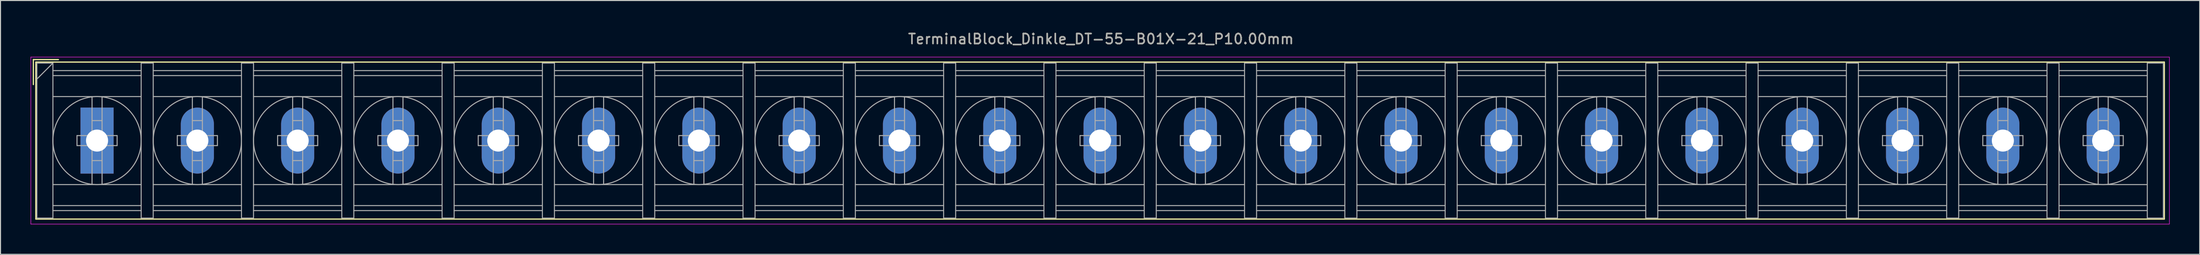
<source format=kicad_pcb>
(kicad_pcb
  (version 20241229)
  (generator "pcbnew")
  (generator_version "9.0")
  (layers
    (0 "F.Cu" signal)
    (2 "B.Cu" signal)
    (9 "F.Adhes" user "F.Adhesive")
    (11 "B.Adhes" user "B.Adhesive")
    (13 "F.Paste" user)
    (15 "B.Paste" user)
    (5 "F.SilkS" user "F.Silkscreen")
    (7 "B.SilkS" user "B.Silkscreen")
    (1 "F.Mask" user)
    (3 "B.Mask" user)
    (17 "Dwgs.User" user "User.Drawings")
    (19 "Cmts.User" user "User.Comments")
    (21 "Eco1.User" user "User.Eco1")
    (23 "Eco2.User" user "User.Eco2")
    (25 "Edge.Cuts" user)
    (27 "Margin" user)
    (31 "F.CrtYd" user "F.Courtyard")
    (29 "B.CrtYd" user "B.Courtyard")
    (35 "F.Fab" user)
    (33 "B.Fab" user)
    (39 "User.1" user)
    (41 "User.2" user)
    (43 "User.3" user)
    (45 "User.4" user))
  (footprint "TerminalBlock_Dinkle_DT-55-B01X-21_P10.00mm"
    (layer "F.Cu")
    (at 6.625 11.008)
    (property "Reference" "TerminalBlock_Dinkle_DT-55-B01X-21_P10.00mm" (at 100.08 -10.16 0) (layer "F.SilkS") (effects (font (size 1 1) (thickness 0.15))))
    (attr through_hole)
    (fp_line (start -6.35 -8.1) (end -3.85 -8.1) (stroke (width 0.12) (type solid)) (layer "F.SilkS"))
    (fp_line (start -6.35 -5.6) (end -6.35 -8.1) (stroke (width 0.12) (type solid)) (layer "F.SilkS"))
    (fp_line (start -6.1 -7.85) (end 206.1 -7.85) (stroke (width 0.12) (type solid)) (layer "F.SilkS"))
    (fp_line (start -6.1 7.85) (end -6.1 -7.85) (stroke (width 0.12) (type solid)) (layer "F.SilkS"))
    (fp_line (start -6.1 7.85) (end 206.1 7.85) (stroke (width 0.12) (type solid)) (layer "F.SilkS"))
    (fp_line (start 206.1 -7.85) (end 206.1 7.85) (stroke (width 0.12) (type solid)) (layer "F.SilkS"))
    (fp_line (start -6.6 -8.35) (end 206.6 -8.35) (stroke (width 0.05) (type solid)) (layer "F.CrtYd"))
    (fp_line (start -6.6 8.35) (end -6.6 -8.35) (stroke (width 0.05) (type solid)) (layer "F.CrtYd"))
    (fp_line (start -6.6 8.35) (end 206.6 8.35) (stroke (width 0.05) (type solid)) (layer "F.CrtYd"))
    (fp_line (start 206.6 -8.35) (end 206.6 8.35) (stroke (width 0.05) (type solid)) (layer "F.CrtYd"))
    (fp_line (start -6 -7.75) (end -6 7.75) (stroke (width 0.1) (type solid)) (layer "F.Fab"))
    (fp_line (start -6 -7.75) (end -4.4 -7.75) (stroke (width 0.1) (type solid)) (layer "F.Fab"))
    (fp_line (start -6 7.75) (end -4.4 7.75) (stroke (width 0.1) (type solid)) (layer "F.Fab"))
    (fp_line (start -4.4 -7.75) (end -6 -6.15) (stroke (width 0.1) (type solid)) (layer "F.Fab"))
    (fp_line (start -4.4 -7.75) (end -4.4 7.75) (stroke (width 0.1) (type solid)) (layer "F.Fab"))
    (fp_line (start -4.4 -7) (end 4.4 -7) (stroke (width 0.1) (type solid)) (layer "F.Fab"))
    (fp_line (start -4.4 -6.5) (end 4.4 -6.5) (stroke (width 0.1) (type solid)) (layer "F.Fab"))
    (fp_line (start -4.4 -4.4) (end 4.4 -4.4) (stroke (width 0.1) (type solid)) (layer "F.Fab"))
    (fp_line (start -4.4 4.4) (end 4.4 4.4) (stroke (width 0.1) (type solid)) (layer "F.Fab"))
    (fp_line (start -4.4 6.5) (end 4.4 6.5) (stroke (width 0.1) (type solid)) (layer "F.Fab"))
    (fp_line (start -4.4 7) (end 4.4 7) (stroke (width 0.1) (type solid)) (layer "F.Fab"))
    (fp_line (start -2 -0.5) (end -2 0.5) (stroke (width 0.1) (type solid)) (layer "F.Fab"))
    (fp_line (start -2 0.5) (end -0.5 0.5) (stroke (width 0.1) (type solid)) (layer "F.Fab"))
    (fp_line (start -0.5 -4.35) (end -0.5 -0.5) (stroke (width 0.1) (type solid)) (layer "F.Fab"))
    (fp_line (start -0.5 -2) (end 0.5 -2) (stroke (width 0.1) (type solid)) (layer "F.Fab"))
    (fp_line (start -0.5 -0.5) (end -2 -0.5) (stroke (width 0.1) (type solid)) (layer "F.Fab"))
    (fp_line (start -0.5 0.5) (end -0.5 4.35) (stroke (width 0.1) (type solid)) (layer "F.Fab"))
    (fp_line (start -0.5 2) (end 0.5 2) (stroke (width 0.1) (type solid)) (layer "F.Fab"))
    (fp_line (start 0.5 -4.35) (end 0.5 -0.5) (stroke (width 0.1) (type solid)) (layer "F.Fab"))
    (fp_line (start 0.5 -0.5) (end 2 -0.5) (stroke (width 0.1) (type solid)) (layer "F.Fab"))
    (fp_line (start 0.5 0.5) (end 0.5 4.35) (stroke (width 0.1) (type solid)) (layer "F.Fab"))
    (fp_line (start 2 -0.5) (end 2 0.5) (stroke (width 0.1) (type solid)) (layer "F.Fab"))
    (fp_line (start 2 0.5) (end 0.5 0.5) (stroke (width 0.1) (type solid)) (layer "F.Fab"))
    (fp_line (start 4.4 -7.75) (end 4.4 7.75) (stroke (width 0.1) (type solid)) (layer "F.Fab"))
    (fp_line (start 4.4 -7.75) (end 5.6 -7.75) (stroke (width 0.1) (type solid)) (layer "F.Fab"))
    (fp_line (start 4.4 7.75) (end 5.6 7.75) (stroke (width 0.1) (type solid)) (layer "F.Fab"))
    (fp_line (start 5.6 -7.75) (end 5.6 7.75) (stroke (width 0.1) (type solid)) (layer "F.Fab"))
    (fp_line (start 5.6 -7) (end 14.4 -7) (stroke (width 0.1) (type solid)) (layer "F.Fab"))
    (fp_line (start 5.6 -6.5) (end 14.4 -6.5) (stroke (width 0.1) (type solid)) (layer "F.Fab"))
    (fp_line (start 5.6 -4.4) (end 14.4 -4.4) (stroke (width 0.1) (type solid)) (layer "F.Fab"))
    (fp_line (start 5.6 4.4) (end 14.4 4.4) (stroke (width 0.1) (type solid)) (layer "F.Fab"))
    (fp_line (start 5.6 6.5) (end 14.4 6.5) (stroke (width 0.1) (type solid)) (layer "F.Fab"))
    (fp_line (start 5.6 7) (end 14.4 7) (stroke (width 0.1) (type solid)) (layer "F.Fab"))
    (fp_line (start 8 -0.5) (end 8 0.5) (stroke (width 0.1) (type solid)) (layer "F.Fab"))
    (fp_line (start 8 0.5) (end 9.5 0.5) (stroke (width 0.1) (type solid)) (layer "F.Fab"))
    (fp_line (start 9.5 -4.35) (end 9.5 -0.5) (stroke (width 0.1) (type solid)) (layer "F.Fab"))
    (fp_line (start 9.5 -2) (end 10.5 -2) (stroke (width 0.1) (type solid)) (layer "F.Fab"))
    (fp_line (start 9.5 -0.5) (end 8 -0.5) (stroke (width 0.1) (type solid)) (layer "F.Fab"))
    (fp_line (start 9.5 0.5) (end 9.5 4.35) (stroke (width 0.1) (type solid)) (layer "F.Fab"))
    (fp_line (start 9.5 2) (end 10.5 2) (stroke (width 0.1) (type solid)) (layer "F.Fab"))
    (fp_line (start 10.5 -4.35) (end 10.5 -0.5) (stroke (width 0.1) (type solid)) (layer "F.Fab"))
    (fp_line (start 10.5 -0.5) (end 12 -0.5) (stroke (width 0.1) (type solid)) (layer "F.Fab"))
    (fp_line (start 10.5 0.5) (end 10.5 4.35) (stroke (width 0.1) (type solid)) (layer "F.Fab"))
    (fp_line (start 12 -0.5) (end 12 0.5) (stroke (width 0.1) (type solid)) (layer "F.Fab"))
    (fp_line (start 12 0.5) (end 10.5 0.5) (stroke (width 0.1) (type solid)) (layer "F.Fab"))
    (fp_line (start 14.4 -7.75) (end 14.4 7.75) (stroke (width 0.1) (type solid)) (layer "F.Fab"))
    (fp_line (start 14.4 -7.75) (end 15.6 -7.75) (stroke (width 0.1) (type solid)) (layer "F.Fab"))
    (fp_line (start 14.4 7.75) (end 15.6 7.75) (stroke (width 0.1) (type solid)) (layer "F.Fab"))
    (fp_line (start 15.6 -7.75) (end 15.6 7.75) (stroke (width 0.1) (type solid)) (layer "F.Fab"))
    (fp_line (start 15.6 -7) (end 24.4 -7) (stroke (width 0.1) (type solid)) (layer "F.Fab"))
    (fp_line (start 15.6 -6.5) (end 24.4 -6.5) (stroke (width 0.1) (type solid)) (layer "F.Fab"))
    (fp_line (start 15.6 -4.4) (end 24.4 -4.4) (stroke (width 0.1) (type solid)) (layer "F.Fab"))
    (fp_line (start 15.6 4.4) (end 24.4 4.4) (stroke (width 0.1) (type solid)) (layer "F.Fab"))
    (fp_line (start 15.6 6.5) (end 24.4 6.5) (stroke (width 0.1) (type solid)) (layer "F.Fab"))
    (fp_line (start 15.6 7) (end 24.4 7) (stroke (width 0.1) (type solid)) (layer "F.Fab"))
    (fp_line (start 18 -0.5) (end 18 0.5) (stroke (width 0.1) (type solid)) (layer "F.Fab"))
    (fp_line (start 18 0.5) (end 19.5 0.5) (stroke (width 0.1) (type solid)) (layer "F.Fab"))
    (fp_line (start 19.5 -4.35) (end 19.5 -0.5) (stroke (width 0.1) (type solid)) (layer "F.Fab"))
    (fp_line (start 19.5 -2) (end 20.5 -2) (stroke (width 0.1) (type solid)) (layer "F.Fab"))
    (fp_line (start 19.5 -0.5) (end 18 -0.5) (stroke (width 0.1) (type solid)) (layer "F.Fab"))
    (fp_line (start 19.5 0.5) (end 19.5 4.35) (stroke (width 0.1) (type solid)) (layer "F.Fab"))
    (fp_line (start 19.5 2) (end 20.5 2) (stroke (width 0.1) (type solid)) (layer "F.Fab"))
    (fp_line (start 20.5 -4.35) (end 20.5 -0.5) (stroke (width 0.1) (type solid)) (layer "F.Fab"))
    (fp_line (start 20.5 -0.5) (end 22 -0.5) (stroke (width 0.1) (type solid)) (layer "F.Fab"))
    (fp_line (start 20.5 0.5) (end 20.5 4.35) (stroke (width 0.1) (type solid)) (layer "F.Fab"))
    (fp_line (start 22 -0.5) (end 22 0.5) (stroke (width 0.1) (type solid)) (layer "F.Fab"))
    (fp_line (start 22 0.5) (end 20.5 0.5) (stroke (width 0.1) (type solid)) (layer "F.Fab"))
    (fp_line (start 24.4 -7.75) (end 24.4 7.75) (stroke (width 0.1) (type solid)) (layer "F.Fab"))
    (fp_line (start 24.4 -7.75) (end 25.6 -7.75) (stroke (width 0.1) (type solid)) (layer "F.Fab"))
    (fp_line (start 24.4 7.75) (end 25.6 7.75) (stroke (width 0.1) (type solid)) (layer "F.Fab"))
    (fp_line (start 25.6 -7.75) (end 25.6 7.75) (stroke (width 0.1) (type solid)) (layer "F.Fab"))
    (fp_line (start 25.6 -7) (end 34.4 -7) (stroke (width 0.1) (type solid)) (layer "F.Fab"))
    (fp_line (start 25.6 -6.5) (end 34.4 -6.5) (stroke (width 0.1) (type solid)) (layer "F.Fab"))
    (fp_line (start 25.6 -4.4) (end 34.4 -4.4) (stroke (width 0.1) (type solid)) (layer "F.Fab"))
    (fp_line (start 25.6 4.4) (end 34.4 4.4) (stroke (width 0.1) (type solid)) (layer "F.Fab"))
    (fp_line (start 25.6 6.5) (end 34.4 6.5) (stroke (width 0.1) (type solid)) (layer "F.Fab"))
    (fp_line (start 25.6 7) (end 34.4 7) (stroke (width 0.1) (type solid)) (layer "F.Fab"))
    (fp_line (start 28 -0.5) (end 28 0.5) (stroke (width 0.1) (type solid)) (layer "F.Fab"))
    (fp_line (start 28 0.5) (end 29.5 0.5) (stroke (width 0.1) (type solid)) (layer "F.Fab"))
    (fp_line (start 29.5 -4.35) (end 29.5 -0.5) (stroke (width 0.1) (type solid)) (layer "F.Fab"))
    (fp_line (start 29.5 -2) (end 30.5 -2) (stroke (width 0.1) (type solid)) (layer "F.Fab"))
    (fp_line (start 29.5 -0.5) (end 28 -0.5) (stroke (width 0.1) (type solid)) (layer "F.Fab"))
    (fp_line (start 29.5 0.5) (end 29.5 4.35) (stroke (width 0.1) (type solid)) (layer "F.Fab"))
    (fp_line (start 29.5 2) (end 30.5 2) (stroke (width 0.1) (type solid)) (layer "F.Fab"))
    (fp_line (start 30.5 -4.35) (end 30.5 -0.5) (stroke (width 0.1) (type solid)) (layer "F.Fab"))
    (fp_line (start 30.5 -0.5) (end 32 -0.5) (stroke (width 0.1) (type solid)) (layer "F.Fab"))
    (fp_line (start 30.5 0.5) (end 30.5 4.35) (stroke (width 0.1) (type solid)) (layer "F.Fab"))
    (fp_line (start 32 -0.5) (end 32 0.5) (stroke (width 0.1) (type solid)) (layer "F.Fab"))
    (fp_line (start 32 0.5) (end 30.5 0.5) (stroke (width 0.1) (type solid)) (layer "F.Fab"))
    (fp_line (start 34.4 -7.75) (end 34.4 7.75) (stroke (width 0.1) (type solid)) (layer "F.Fab"))
    (fp_line (start 34.4 -7.75) (end 35.6 -7.75) (stroke (width 0.1) (type solid)) (layer "F.Fab"))
    (fp_line (start 34.4 7.75) (end 35.6 7.75) (stroke (width 0.1) (type solid)) (layer "F.Fab"))
    (fp_line (start 35.6 -7.75) (end 35.6 7.75) (stroke (width 0.1) (type solid)) (layer "F.Fab"))
    (fp_line (start 35.6 -7) (end 44.4 -7) (stroke (width 0.1) (type solid)) (layer "F.Fab"))
    (fp_line (start 35.6 -6.5) (end 44.4 -6.5) (stroke (width 0.1) (type solid)) (layer "F.Fab"))
    (fp_line (start 35.6 -4.4) (end 44.4 -4.4) (stroke (width 0.1) (type solid)) (layer "F.Fab"))
    (fp_line (start 35.6 4.4) (end 44.4 4.4) (stroke (width 0.1) (type solid)) (layer "F.Fab"))
    (fp_line (start 35.6 6.5) (end 44.4 6.5) (stroke (width 0.1) (type solid)) (layer "F.Fab"))
    (fp_line (start 35.6 7) (end 44.4 7) (stroke (width 0.1) (type solid)) (layer "F.Fab"))
    (fp_line (start 38 -0.5) (end 38 0.5) (stroke (width 0.1) (type solid)) (layer "F.Fab"))
    (fp_line (start 38 0.5) (end 39.5 0.5) (stroke (width 0.1) (type solid)) (layer "F.Fab"))
    (fp_line (start 39.5 -4.35) (end 39.5 -0.5) (stroke (width 0.1) (type solid)) (layer "F.Fab"))
    (fp_line (start 39.5 -2) (end 40.5 -2) (stroke (width 0.1) (type solid)) (layer "F.Fab"))
    (fp_line (start 39.5 -0.5) (end 38 -0.5) (stroke (width 0.1) (type solid)) (layer "F.Fab"))
    (fp_line (start 39.5 0.5) (end 39.5 4.35) (stroke (width 0.1) (type solid)) (layer "F.Fab"))
    (fp_line (start 39.5 2) (end 40.5 2) (stroke (width 0.1) (type solid)) (layer "F.Fab"))
    (fp_line (start 40.5 -4.35) (end 40.5 -0.5) (stroke (width 0.1) (type solid)) (layer "F.Fab"))
    (fp_line (start 40.5 -0.5) (end 42 -0.5) (stroke (width 0.1) (type solid)) (layer "F.Fab"))
    (fp_line (start 40.5 0.5) (end 40.5 4.35) (stroke (width 0.1) (type solid)) (layer "F.Fab"))
    (fp_line (start 42 -0.5) (end 42 0.5) (stroke (width 0.1) (type solid)) (layer "F.Fab"))
    (fp_line (start 42 0.5) (end 40.5 0.5) (stroke (width 0.1) (type solid)) (layer "F.Fab"))
    (fp_line (start 44.4 -7.75) (end 44.4 7.75) (stroke (width 0.1) (type solid)) (layer "F.Fab"))
    (fp_line (start 44.4 -7.75) (end 45.6 -7.75) (stroke (width 0.1) (type solid)) (layer "F.Fab"))
    (fp_line (start 44.4 7.75) (end 45.6 7.75) (stroke (width 0.1) (type solid)) (layer "F.Fab"))
    (fp_line (start 45.6 -7.75) (end 45.6 7.75) (stroke (width 0.1) (type solid)) (layer "F.Fab"))
    (fp_line (start 45.6 -7) (end 54.4 -7) (stroke (width 0.1) (type solid)) (layer "F.Fab"))
    (fp_line (start 45.6 -6.5) (end 54.4 -6.5) (stroke (width 0.1) (type solid)) (layer "F.Fab"))
    (fp_line (start 45.6 -4.4) (end 54.4 -4.4) (stroke (width 0.1) (type solid)) (layer "F.Fab"))
    (fp_line (start 45.6 4.4) (end 54.4 4.4) (stroke (width 0.1) (type solid)) (layer "F.Fab"))
    (fp_line (start 45.6 6.5) (end 54.4 6.5) (stroke (width 0.1) (type solid)) (layer "F.Fab"))
    (fp_line (start 45.6 7) (end 54.4 7) (stroke (width 0.1) (type solid)) (layer "F.Fab"))
    (fp_line (start 48 -0.5) (end 48 0.5) (stroke (width 0.1) (type solid)) (layer "F.Fab"))
    (fp_line (start 48 0.5) (end 49.5 0.5) (stroke (width 0.1) (type solid)) (layer "F.Fab"))
    (fp_line (start 49.5 -4.35) (end 49.5 -0.5) (stroke (width 0.1) (type solid)) (layer "F.Fab"))
    (fp_line (start 49.5 -2) (end 50.5 -2) (stroke (width 0.1) (type solid)) (layer "F.Fab"))
    (fp_line (start 49.5 -0.5) (end 48 -0.5) (stroke (width 0.1) (type solid)) (layer "F.Fab"))
    (fp_line (start 49.5 0.5) (end 49.5 4.35) (stroke (width 0.1) (type solid)) (layer "F.Fab"))
    (fp_line (start 49.5 2) (end 50.5 2) (stroke (width 0.1) (type solid)) (layer "F.Fab"))
    (fp_line (start 50.5 -4.35) (end 50.5 -0.5) (stroke (width 0.1) (type solid)) (layer "F.Fab"))
    (fp_line (start 50.5 -0.5) (end 52 -0.5) (stroke (width 0.1) (type solid)) (layer "F.Fab"))
    (fp_line (start 50.5 0.5) (end 50.5 4.35) (stroke (width 0.1) (type solid)) (layer "F.Fab"))
    (fp_line (start 52 -0.5) (end 52 0.5) (stroke (width 0.1) (type solid)) (layer "F.Fab"))
    (fp_line (start 52 0.5) (end 50.5 0.5) (stroke (width 0.1) (type solid)) (layer "F.Fab"))
    (fp_line (start 54.4 -7.75) (end 54.4 7.75) (stroke (width 0.1) (type solid)) (layer "F.Fab"))
    (fp_line (start 54.4 -7.75) (end 55.6 -7.75) (stroke (width 0.1) (type solid)) (layer "F.Fab"))
    (fp_line (start 54.4 7.75) (end 55.6 7.75) (stroke (width 0.1) (type solid)) (layer "F.Fab"))
    (fp_line (start 55.6 -7.75) (end 55.6 7.75) (stroke (width 0.1) (type solid)) (layer "F.Fab"))
    (fp_line (start 55.6 -7) (end 64.4 -7) (stroke (width 0.1) (type solid)) (layer "F.Fab"))
    (fp_line (start 55.6 -6.5) (end 64.4 -6.5) (stroke (width 0.1) (type solid)) (layer "F.Fab"))
    (fp_line (start 55.6 -4.4) (end 64.4 -4.4) (stroke (width 0.1) (type solid)) (layer "F.Fab"))
    (fp_line (start 55.6 4.4) (end 64.4 4.4) (stroke (width 0.1) (type solid)) (layer "F.Fab"))
    (fp_line (start 55.6 6.5) (end 64.4 6.5) (stroke (width 0.1) (type solid)) (layer "F.Fab"))
    (fp_line (start 55.6 7) (end 64.4 7) (stroke (width 0.1) (type solid)) (layer "F.Fab"))
    (fp_line (start 58 -0.5) (end 58 0.5) (stroke (width 0.1) (type solid)) (layer "F.Fab"))
    (fp_line (start 58 0.5) (end 59.5 0.5) (stroke (width 0.1) (type solid)) (layer "F.Fab"))
    (fp_line (start 59.5 -4.35) (end 59.5 -0.5) (stroke (width 0.1) (type solid)) (layer "F.Fab"))
    (fp_line (start 59.5 -2) (end 60.5 -2) (stroke (width 0.1) (type solid)) (layer "F.Fab"))
    (fp_line (start 59.5 -0.5) (end 58 -0.5) (stroke (width 0.1) (type solid)) (layer "F.Fab"))
    (fp_line (start 59.5 0.5) (end 59.5 4.35) (stroke (width 0.1) (type solid)) (layer "F.Fab"))
    (fp_line (start 59.5 2) (end 60.5 2) (stroke (width 0.1) (type solid)) (layer "F.Fab"))
    (fp_line (start 60.5 -4.35) (end 60.5 -0.5) (stroke (width 0.1) (type solid)) (layer "F.Fab"))
    (fp_line (start 60.5 -0.5) (end 62 -0.5) (stroke (width 0.1) (type solid)) (layer "F.Fab"))
    (fp_line (start 60.5 0.5) (end 60.5 4.35) (stroke (width 0.1) (type solid)) (layer "F.Fab"))
    (fp_line (start 62 -0.5) (end 62 0.5) (stroke (width 0.1) (type solid)) (layer "F.Fab"))
    (fp_line (start 62 0.5) (end 60.5 0.5) (stroke (width 0.1) (type solid)) (layer "F.Fab"))
    (fp_line (start 64.4 -7.75) (end 64.4 7.75) (stroke (width 0.1) (type solid)) (layer "F.Fab"))
    (fp_line (start 64.4 -7.75) (end 65.6 -7.75) (stroke (width 0.1) (type solid)) (layer "F.Fab"))
    (fp_line (start 64.4 7.75) (end 65.6 7.75) (stroke (width 0.1) (type solid)) (layer "F.Fab"))
    (fp_line (start 65.6 -7.75) (end 65.6 7.75) (stroke (width 0.1) (type solid)) (layer "F.Fab"))
    (fp_line (start 65.6 -7) (end 74.4 -7) (stroke (width 0.1) (type solid)) (layer "F.Fab"))
    (fp_line (start 65.6 -6.5) (end 74.4 -6.5) (stroke (width 0.1) (type solid)) (layer "F.Fab"))
    (fp_line (start 65.6 -4.4) (end 74.4 -4.4) (stroke (width 0.1) (type solid)) (layer "F.Fab"))
    (fp_line (start 65.6 4.4) (end 74.4 4.4) (stroke (width 0.1) (type solid)) (layer "F.Fab"))
    (fp_line (start 65.6 6.5) (end 74.4 6.5) (stroke (width 0.1) (type solid)) (layer "F.Fab"))
    (fp_line (start 65.6 7) (end 74.4 7) (stroke (width 0.1) (type solid)) (layer "F.Fab"))
    (fp_line (start 68 -0.5) (end 68 0.5) (stroke (width 0.1) (type solid)) (layer "F.Fab"))
    (fp_line (start 68 0.5) (end 69.5 0.5) (stroke (width 0.1) (type solid)) (layer "F.Fab"))
    (fp_line (start 69.5 -4.35) (end 69.5 -0.5) (stroke (width 0.1) (type solid)) (layer "F.Fab"))
    (fp_line (start 69.5 -2) (end 70.5 -2) (stroke (width 0.1) (type solid)) (layer "F.Fab"))
    (fp_line (start 69.5 -0.5) (end 68 -0.5) (stroke (width 0.1) (type solid)) (layer "F.Fab"))
    (fp_line (start 69.5 0.5) (end 69.5 4.35) (stroke (width 0.1) (type solid)) (layer "F.Fab"))
    (fp_line (start 69.5 2) (end 70.5 2) (stroke (width 0.1) (type solid)) (layer "F.Fab"))
    (fp_line (start 70.5 -4.35) (end 70.5 -0.5) (stroke (width 0.1) (type solid)) (layer "F.Fab"))
    (fp_line (start 70.5 -0.5) (end 72 -0.5) (stroke (width 0.1) (type solid)) (layer "F.Fab"))
    (fp_line (start 70.5 0.5) (end 70.5 4.35) (stroke (width 0.1) (type solid)) (layer "F.Fab"))
    (fp_line (start 72 -0.5) (end 72 0.5) (stroke (width 0.1) (type solid)) (layer "F.Fab"))
    (fp_line (start 72 0.5) (end 70.5 0.5) (stroke (width 0.1) (type solid)) (layer "F.Fab"))
    (fp_line (start 74.4 -7.75) (end 74.4 7.75) (stroke (width 0.1) (type solid)) (layer "F.Fab"))
    (fp_line (start 74.4 -7.75) (end 75.6 -7.75) (stroke (width 0.1) (type solid)) (layer "F.Fab"))
    (fp_line (start 74.4 7.75) (end 75.6 7.75) (stroke (width 0.1) (type solid)) (layer "F.Fab"))
    (fp_line (start 75.6 -7.75) (end 75.6 7.75) (stroke (width 0.1) (type solid)) (layer "F.Fab"))
    (fp_line (start 75.6 -7) (end 84.4 -7) (stroke (width 0.1) (type solid)) (layer "F.Fab"))
    (fp_line (start 75.6 -6.5) (end 84.4 -6.5) (stroke (width 0.1) (type solid)) (layer "F.Fab"))
    (fp_line (start 75.6 -4.4) (end 84.4 -4.4) (stroke (width 0.1) (type solid)) (layer "F.Fab"))
    (fp_line (start 75.6 4.4) (end 84.4 4.4) (stroke (width 0.1) (type solid)) (layer "F.Fab"))
    (fp_line (start 75.6 6.5) (end 84.4 6.5) (stroke (width 0.1) (type solid)) (layer "F.Fab"))
    (fp_line (start 75.6 7) (end 84.4 7) (stroke (width 0.1) (type solid)) (layer "F.Fab"))
    (fp_line (start 78 -0.5) (end 78 0.5) (stroke (width 0.1) (type solid)) (layer "F.Fab"))
    (fp_line (start 78 0.5) (end 79.5 0.5) (stroke (width 0.1) (type solid)) (layer "F.Fab"))
    (fp_line (start 79.5 -4.35) (end 79.5 -0.5) (stroke (width 0.1) (type solid)) (layer "F.Fab"))
    (fp_line (start 79.5 -2) (end 80.5 -2) (stroke (width 0.1) (type solid)) (layer "F.Fab"))
    (fp_line (start 79.5 -0.5) (end 78 -0.5) (stroke (width 0.1) (type solid)) (layer "F.Fab"))
    (fp_line (start 79.5 0.5) (end 79.5 4.35) (stroke (width 0.1) (type solid)) (layer "F.Fab"))
    (fp_line (start 79.5 2) (end 80.5 2) (stroke (width 0.1) (type solid)) (layer "F.Fab"))
    (fp_line (start 80.5 -4.35) (end 80.5 -0.5) (stroke (width 0.1) (type solid)) (layer "F.Fab"))
    (fp_line (start 80.5 -0.5) (end 82 -0.5) (stroke (width 0.1) (type solid)) (layer "F.Fab"))
    (fp_line (start 80.5 0.5) (end 80.5 4.35) (stroke (width 0.1) (type solid)) (layer "F.Fab"))
    (fp_line (start 82 -0.5) (end 82 0.5) (stroke (width 0.1) (type solid)) (layer "F.Fab"))
    (fp_line (start 82 0.5) (end 80.5 0.5) (stroke (width 0.1) (type solid)) (layer "F.Fab"))
    (fp_line (start 84.4 -7.75) (end 84.4 7.75) (stroke (width 0.1) (type solid)) (layer "F.Fab"))
    (fp_line (start 84.4 -7.75) (end 85.6 -7.75) (stroke (width 0.1) (type solid)) (layer "F.Fab"))
    (fp_line (start 84.4 7.75) (end 85.6 7.75) (stroke (width 0.1) (type solid)) (layer "F.Fab"))
    (fp_line (start 85.6 -7.75) (end 85.6 7.75) (stroke (width 0.1) (type solid)) (layer "F.Fab"))
    (fp_line (start 85.6 -7) (end 94.4 -7) (stroke (width 0.1) (type solid)) (layer "F.Fab"))
    (fp_line (start 85.6 -6.5) (end 94.4 -6.5) (stroke (width 0.1) (type solid)) (layer "F.Fab"))
    (fp_line (start 85.6 -4.4) (end 94.4 -4.4) (stroke (width 0.1) (type solid)) (layer "F.Fab"))
    (fp_line (start 85.6 4.4) (end 94.4 4.4) (stroke (width 0.1) (type solid)) (layer "F.Fab"))
    (fp_line (start 85.6 6.5) (end 94.4 6.5) (stroke (width 0.1) (type solid)) (layer "F.Fab"))
    (fp_line (start 85.6 7) (end 94.4 7) (stroke (width 0.1) (type solid)) (layer "F.Fab"))
    (fp_line (start 88 -0.5) (end 88 0.5) (stroke (width 0.1) (type solid)) (layer "F.Fab"))
    (fp_line (start 88 0.5) (end 89.5 0.5) (stroke (width 0.1) (type solid)) (layer "F.Fab"))
    (fp_line (start 89.5 -4.35) (end 89.5 -0.5) (stroke (width 0.1) (type solid)) (layer "F.Fab"))
    (fp_line (start 89.5 -2) (end 90.5 -2) (stroke (width 0.1) (type solid)) (layer "F.Fab"))
    (fp_line (start 89.5 -0.5) (end 88 -0.5) (stroke (width 0.1) (type solid)) (layer "F.Fab"))
    (fp_line (start 89.5 0.5) (end 89.5 4.35) (stroke (width 0.1) (type solid)) (layer "F.Fab"))
    (fp_line (start 89.5 2) (end 90.5 2) (stroke (width 0.1) (type solid)) (layer "F.Fab"))
    (fp_line (start 90.5 -4.35) (end 90.5 -0.5) (stroke (width 0.1) (type solid)) (layer "F.Fab"))
    (fp_line (start 90.5 -0.5) (end 92 -0.5) (stroke (width 0.1) (type solid)) (layer "F.Fab"))
    (fp_line (start 90.5 0.5) (end 90.5 4.35) (stroke (width 0.1) (type solid)) (layer "F.Fab"))
    (fp_line (start 92 -0.5) (end 92 0.5) (stroke (width 0.1) (type solid)) (layer "F.Fab"))
    (fp_line (start 92 0.5) (end 90.5 0.5) (stroke (width 0.1) (type solid)) (layer "F.Fab"))
    (fp_line (start 94.4 -7.75) (end 94.4 7.75) (stroke (width 0.1) (type solid)) (layer "F.Fab"))
    (fp_line (start 94.4 -7.75) (end 95.6 -7.75) (stroke (width 0.1) (type solid)) (layer "F.Fab"))
    (fp_line (start 94.4 7.75) (end 95.6 7.75) (stroke (width 0.1) (type solid)) (layer "F.Fab"))
    (fp_line (start 95.6 -7.75) (end 95.6 7.75) (stroke (width 0.1) (type solid)) (layer "F.Fab"))
    (fp_line (start 95.6 -7) (end 104.4 -7) (stroke (width 0.1) (type solid)) (layer "F.Fab"))
    (fp_line (start 95.6 -6.5) (end 104.4 -6.5) (stroke (width 0.1) (type solid)) (layer "F.Fab"))
    (fp_line (start 95.6 -4.4) (end 104.4 -4.4) (stroke (width 0.1) (type solid)) (layer "F.Fab"))
    (fp_line (start 95.6 4.4) (end 104.4 4.4) (stroke (width 0.1) (type solid)) (layer "F.Fab"))
    (fp_line (start 95.6 6.5) (end 104.4 6.5) (stroke (width 0.1) (type solid)) (layer "F.Fab"))
    (fp_line (start 95.6 7) (end 104.4 7) (stroke (width 0.1) (type solid)) (layer "F.Fab"))
    (fp_line (start 98 -0.5) (end 98 0.5) (stroke (width 0.1) (type solid)) (layer "F.Fab"))
    (fp_line (start 98 0.5) (end 99.5 0.5) (stroke (width 0.1) (type solid)) (layer "F.Fab"))
    (fp_line (start 99.5 -4.35) (end 99.5 -0.5) (stroke (width 0.1) (type solid)) (layer "F.Fab"))
    (fp_line (start 99.5 -2) (end 100.5 -2) (stroke (width 0.1) (type solid)) (layer "F.Fab"))
    (fp_line (start 99.5 -0.5) (end 98 -0.5) (stroke (width 0.1) (type solid)) (layer "F.Fab"))
    (fp_line (start 99.5 0.5) (end 99.5 4.35) (stroke (width 0.1) (type solid)) (layer "F.Fab"))
    (fp_line (start 99.5 2) (end 100.5 2) (stroke (width 0.1) (type solid)) (layer "F.Fab"))
    (fp_line (start 100.5 -4.35) (end 100.5 -0.5) (stroke (width 0.1) (type solid)) (layer "F.Fab"))
    (fp_line (start 100.5 -0.5) (end 102 -0.5) (stroke (width 0.1) (type solid)) (layer "F.Fab"))
    (fp_line (start 100.5 0.5) (end 100.5 4.35) (stroke (width 0.1) (type solid)) (layer "F.Fab"))
    (fp_line (start 102 -0.5) (end 102 0.5) (stroke (width 0.1) (type solid)) (layer "F.Fab"))
    (fp_line (start 102 0.5) (end 100.5 0.5) (stroke (width 0.1) (type solid)) (layer "F.Fab"))
    (fp_line (start 104.4 -7.75) (end 104.4 7.75) (stroke (width 0.1) (type solid)) (layer "F.Fab"))
    (fp_line (start 104.4 -7.75) (end 105.6 -7.75) (stroke (width 0.1) (type solid)) (layer "F.Fab"))
    (fp_line (start 104.4 7.75) (end 105.6 7.75) (stroke (width 0.1) (type solid)) (layer "F.Fab"))
    (fp_line (start 105.6 -7.75) (end 105.6 7.75) (stroke (width 0.1) (type solid)) (layer "F.Fab"))
    (fp_line (start 105.6 -7) (end 114.4 -7) (stroke (width 0.1) (type solid)) (layer "F.Fab"))
    (fp_line (start 105.6 -6.5) (end 114.4 -6.5) (stroke (width 0.1) (type solid)) (layer "F.Fab"))
    (fp_line (start 105.6 -4.4) (end 114.4 -4.4) (stroke (width 0.1) (type solid)) (layer "F.Fab"))
    (fp_line (start 105.6 4.4) (end 114.4 4.4) (stroke (width 0.1) (type solid)) (layer "F.Fab"))
    (fp_line (start 105.6 6.5) (end 114.4 6.5) (stroke (width 0.1) (type solid)) (layer "F.Fab"))
    (fp_line (start 105.6 7) (end 114.4 7) (stroke (width 0.1) (type solid)) (layer "F.Fab"))
    (fp_line (start 108 -0.5) (end 108 0.5) (stroke (width 0.1) (type solid)) (layer "F.Fab"))
    (fp_line (start 108 0.5) (end 109.5 0.5) (stroke (width 0.1) (type solid)) (layer "F.Fab"))
    (fp_line (start 109.5 -4.35) (end 109.5 -0.5) (stroke (width 0.1) (type solid)) (layer "F.Fab"))
    (fp_line (start 109.5 -2) (end 110.5 -2) (stroke (width 0.1) (type solid)) (layer "F.Fab"))
    (fp_line (start 109.5 -0.5) (end 108 -0.5) (stroke (width 0.1) (type solid)) (layer "F.Fab"))
    (fp_line (start 109.5 0.5) (end 109.5 4.35) (stroke (width 0.1) (type solid)) (layer "F.Fab"))
    (fp_line (start 109.5 2) (end 110.5 2) (stroke (width 0.1) (type solid)) (layer "F.Fab"))
    (fp_line (start 110.5 -4.35) (end 110.5 -0.5) (stroke (width 0.1) (type solid)) (layer "F.Fab"))
    (fp_line (start 110.5 -0.5) (end 112 -0.5) (stroke (width 0.1) (type solid)) (layer "F.Fab"))
    (fp_line (start 110.5 0.5) (end 110.5 4.35) (stroke (width 0.1) (type solid)) (layer "F.Fab"))
    (fp_line (start 112 -0.5) (end 112 0.5) (stroke (width 0.1) (type solid)) (layer "F.Fab"))
    (fp_line (start 112 0.5) (end 110.5 0.5) (stroke (width 0.1) (type solid)) (layer "F.Fab"))
    (fp_line (start 114.4 -7.75) (end 114.4 7.75) (stroke (width 0.1) (type solid)) (layer "F.Fab"))
    (fp_line (start 114.4 -7.75) (end 115.6 -7.75) (stroke (width 0.1) (type solid)) (layer "F.Fab"))
    (fp_line (start 114.4 7.75) (end 115.6 7.75) (stroke (width 0.1) (type solid)) (layer "F.Fab"))
    (fp_line (start 115.6 -7.75) (end 115.6 7.75) (stroke (width 0.1) (type solid)) (layer "F.Fab"))
    (fp_line (start 115.6 -7) (end 124.4 -7) (stroke (width 0.1) (type solid)) (layer "F.Fab"))
    (fp_line (start 115.6 -6.5) (end 124.4 -6.5) (stroke (width 0.1) (type solid)) (layer "F.Fab"))
    (fp_line (start 115.6 -4.4) (end 124.4 -4.4) (stroke (width 0.1) (type solid)) (layer "F.Fab"))
    (fp_line (start 115.6 4.4) (end 124.4 4.4) (stroke (width 0.1) (type solid)) (layer "F.Fab"))
    (fp_line (start 115.6 6.5) (end 124.4 6.5) (stroke (width 0.1) (type solid)) (layer "F.Fab"))
    (fp_line (start 115.6 7) (end 124.4 7) (stroke (width 0.1) (type solid)) (layer "F.Fab"))
    (fp_line (start 118 -0.5) (end 118 0.5) (stroke (width 0.1) (type solid)) (layer "F.Fab"))
    (fp_line (start 118 0.5) (end 119.5 0.5) (stroke (width 0.1) (type solid)) (layer "F.Fab"))
    (fp_line (start 119.5 -4.35) (end 119.5 -0.5) (stroke (width 0.1) (type solid)) (layer "F.Fab"))
    (fp_line (start 119.5 -2) (end 120.5 -2) (stroke (width 0.1) (type solid)) (layer "F.Fab"))
    (fp_line (start 119.5 -0.5) (end 118 -0.5) (stroke (width 0.1) (type solid)) (layer "F.Fab"))
    (fp_line (start 119.5 0.5) (end 119.5 4.35) (stroke (width 0.1) (type solid)) (layer "F.Fab"))
    (fp_line (start 119.5 2) (end 120.5 2) (stroke (width 0.1) (type solid)) (layer "F.Fab"))
    (fp_line (start 120.5 -4.35) (end 120.5 -0.5) (stroke (width 0.1) (type solid)) (layer "F.Fab"))
    (fp_line (start 120.5 -0.5) (end 122 -0.5) (stroke (width 0.1) (type solid)) (layer "F.Fab"))
    (fp_line (start 120.5 0.5) (end 120.5 4.35) (stroke (width 0.1) (type solid)) (layer "F.Fab"))
    (fp_line (start 122 -0.5) (end 122 0.5) (stroke (width 0.1) (type solid)) (layer "F.Fab"))
    (fp_line (start 122 0.5) (end 120.5 0.5) (stroke (width 0.1) (type solid)) (layer "F.Fab"))
    (fp_line (start 124.4 -7.75) (end 124.4 7.75) (stroke (width 0.1) (type solid)) (layer "F.Fab"))
    (fp_line (start 124.4 -7.75) (end 125.6 -7.75) (stroke (width 0.1) (type solid)) (layer "F.Fab"))
    (fp_line (start 124.4 7.75) (end 125.6 7.75) (stroke (width 0.1) (type solid)) (layer "F.Fab"))
    (fp_line (start 125.6 -7.75) (end 125.6 7.75) (stroke (width 0.1) (type solid)) (layer "F.Fab"))
    (fp_line (start 125.6 -7) (end 134.4 -7) (stroke (width 0.1) (type solid)) (layer "F.Fab"))
    (fp_line (start 125.6 -6.5) (end 134.4 -6.5) (stroke (width 0.1) (type solid)) (layer "F.Fab"))
    (fp_line (start 125.6 -4.4) (end 134.4 -4.4) (stroke (width 0.1) (type solid)) (layer "F.Fab"))
    (fp_line (start 125.6 4.4) (end 134.4 4.4) (stroke (width 0.1) (type solid)) (layer "F.Fab"))
    (fp_line (start 125.6 6.5) (end 134.4 6.5) (stroke (width 0.1) (type solid)) (layer "F.Fab"))
    (fp_line (start 125.6 7) (end 134.4 7) (stroke (width 0.1) (type solid)) (layer "F.Fab"))
    (fp_line (start 128 -0.5) (end 128 0.5) (stroke (width 0.1) (type solid)) (layer "F.Fab"))
    (fp_line (start 128 0.5) (end 129.5 0.5) (stroke (width 0.1) (type solid)) (layer "F.Fab"))
    (fp_line (start 129.5 -4.35) (end 129.5 -0.5) (stroke (width 0.1) (type solid)) (layer "F.Fab"))
    (fp_line (start 129.5 -2) (end 130.5 -2) (stroke (width 0.1) (type solid)) (layer "F.Fab"))
    (fp_line (start 129.5 -0.5) (end 128 -0.5) (stroke (width 0.1) (type solid)) (layer "F.Fab"))
    (fp_line (start 129.5 0.5) (end 129.5 4.35) (stroke (width 0.1) (type solid)) (layer "F.Fab"))
    (fp_line (start 129.5 2) (end 130.5 2) (stroke (width 0.1) (type solid)) (layer "F.Fab"))
    (fp_line (start 130.5 -4.35) (end 130.5 -0.5) (stroke (width 0.1) (type solid)) (layer "F.Fab"))
    (fp_line (start 130.5 -0.5) (end 132 -0.5) (stroke (width 0.1) (type solid)) (layer "F.Fab"))
    (fp_line (start 130.5 0.5) (end 130.5 4.35) (stroke (width 0.1) (type solid)) (layer "F.Fab"))
    (fp_line (start 132 -0.5) (end 132 0.5) (stroke (width 0.1) (type solid)) (layer "F.Fab"))
    (fp_line (start 132 0.5) (end 130.5 0.5) (stroke (width 0.1) (type solid)) (layer "F.Fab"))
    (fp_line (start 134.4 -7.75) (end 134.4 7.75) (stroke (width 0.1) (type solid)) (layer "F.Fab"))
    (fp_line (start 134.4 -7.75) (end 135.6 -7.75) (stroke (width 0.1) (type solid)) (layer "F.Fab"))
    (fp_line (start 134.4 7.75) (end 135.6 7.75) (stroke (width 0.1) (type solid)) (layer "F.Fab"))
    (fp_line (start 135.6 -7.75) (end 135.6 7.75) (stroke (width 0.1) (type solid)) (layer "F.Fab"))
    (fp_line (start 135.6 -7) (end 144.4 -7) (stroke (width 0.1) (type solid)) (layer "F.Fab"))
    (fp_line (start 135.6 -6.5) (end 144.4 -6.5) (stroke (width 0.1) (type solid)) (layer "F.Fab"))
    (fp_line (start 135.6 -4.4) (end 144.4 -4.4) (stroke (width 0.1) (type solid)) (layer "F.Fab"))
    (fp_line (start 135.6 4.4) (end 144.4 4.4) (stroke (width 0.1) (type solid)) (layer "F.Fab"))
    (fp_line (start 135.6 6.5) (end 144.4 6.5) (stroke (width 0.1) (type solid)) (layer "F.Fab"))
    (fp_line (start 135.6 7) (end 144.4 7) (stroke (width 0.1) (type solid)) (layer "F.Fab"))
    (fp_line (start 138 -0.5) (end 138 0.5) (stroke (width 0.1) (type solid)) (layer "F.Fab"))
    (fp_line (start 138 0.5) (end 139.5 0.5) (stroke (width 0.1) (type solid)) (layer "F.Fab"))
    (fp_line (start 139.5 -4.35) (end 139.5 -0.5) (stroke (width 0.1) (type solid)) (layer "F.Fab"))
    (fp_line (start 139.5 -2) (end 140.5 -2) (stroke (width 0.1) (type solid)) (layer "F.Fab"))
    (fp_line (start 139.5 -0.5) (end 138 -0.5) (stroke (width 0.1) (type solid)) (layer "F.Fab"))
    (fp_line (start 139.5 0.5) (end 139.5 4.35) (stroke (width 0.1) (type solid)) (layer "F.Fab"))
    (fp_line (start 139.5 2) (end 140.5 2) (stroke (width 0.1) (type solid)) (layer "F.Fab"))
    (fp_line (start 140.5 -4.35) (end 140.5 -0.5) (stroke (width 0.1) (type solid)) (layer "F.Fab"))
    (fp_line (start 140.5 -0.5) (end 142 -0.5) (stroke (width 0.1) (type solid)) (layer "F.Fab"))
    (fp_line (start 140.5 0.5) (end 140.5 4.35) (stroke (width 0.1) (type solid)) (layer "F.Fab"))
    (fp_line (start 142 -0.5) (end 142 0.5) (stroke (width 0.1) (type solid)) (layer "F.Fab"))
    (fp_line (start 142 0.5) (end 140.5 0.5) (stroke (width 0.1) (type solid)) (layer "F.Fab"))
    (fp_line (start 144.4 -7.75) (end 144.4 7.75) (stroke (width 0.1) (type solid)) (layer "F.Fab"))
    (fp_line (start 144.4 -7.75) (end 145.6 -7.75) (stroke (width 0.1) (type solid)) (layer "F.Fab"))
    (fp_line (start 144.4 7.75) (end 145.6 7.75) (stroke (width 0.1) (type solid)) (layer "F.Fab"))
    (fp_line (start 145.6 -7.75) (end 145.6 7.75) (stroke (width 0.1) (type solid)) (layer "F.Fab"))
    (fp_line (start 145.6 -7) (end 154.4 -7) (stroke (width 0.1) (type solid)) (layer "F.Fab"))
    (fp_line (start 145.6 -6.5) (end 154.4 -6.5) (stroke (width 0.1) (type solid)) (layer "F.Fab"))
    (fp_line (start 145.6 -4.4) (end 154.4 -4.4) (stroke (width 0.1) (type solid)) (layer "F.Fab"))
    (fp_line (start 145.6 4.4) (end 154.4 4.4) (stroke (width 0.1) (type solid)) (layer "F.Fab"))
    (fp_line (start 145.6 6.5) (end 154.4 6.5) (stroke (width 0.1) (type solid)) (layer "F.Fab"))
    (fp_line (start 145.6 7) (end 154.4 7) (stroke (width 0.1) (type solid)) (layer "F.Fab"))
    (fp_line (start 148 -0.5) (end 148 0.5) (stroke (width 0.1) (type solid)) (layer "F.Fab"))
    (fp_line (start 148 0.5) (end 149.5 0.5) (stroke (width 0.1) (type solid)) (layer "F.Fab"))
    (fp_line (start 149.5 -4.35) (end 149.5 -0.5) (stroke (width 0.1) (type solid)) (layer "F.Fab"))
    (fp_line (start 149.5 -2) (end 150.5 -2) (stroke (width 0.1) (type solid)) (layer "F.Fab"))
    (fp_line (start 149.5 -0.5) (end 148 -0.5) (stroke (width 0.1) (type solid)) (layer "F.Fab"))
    (fp_line (start 149.5 0.5) (end 149.5 4.35) (stroke (width 0.1) (type solid)) (layer "F.Fab"))
    (fp_line (start 149.5 2) (end 150.5 2) (stroke (width 0.1) (type solid)) (layer "F.Fab"))
    (fp_line (start 150.5 -4.35) (end 150.5 -0.5) (stroke (width 0.1) (type solid)) (layer "F.Fab"))
    (fp_line (start 150.5 -0.5) (end 152 -0.5) (stroke (width 0.1) (type solid)) (layer "F.Fab"))
    (fp_line (start 150.5 0.5) (end 150.5 4.35) (stroke (width 0.1) (type solid)) (layer "F.Fab"))
    (fp_line (start 152 -0.5) (end 152 0.5) (stroke (width 0.1) (type solid)) (layer "F.Fab"))
    (fp_line (start 152 0.5) (end 150.5 0.5) (stroke (width 0.1) (type solid)) (layer "F.Fab"))
    (fp_line (start 154.4 -7.75) (end 154.4 7.75) (stroke (width 0.1) (type solid)) (layer "F.Fab"))
    (fp_line (start 154.4 -7.75) (end 155.6 -7.75) (stroke (width 0.1) (type solid)) (layer "F.Fab"))
    (fp_line (start 154.4 7.75) (end 155.6 7.75) (stroke (width 0.1) (type solid)) (layer "F.Fab"))
    (fp_line (start 155.6 -7.75) (end 155.6 7.75) (stroke (width 0.1) (type solid)) (layer "F.Fab"))
    (fp_line (start 155.6 -7) (end 164.4 -7) (stroke (width 0.1) (type solid)) (layer "F.Fab"))
    (fp_line (start 155.6 -6.5) (end 164.4 -6.5) (stroke (width 0.1) (type solid)) (layer "F.Fab"))
    (fp_line (start 155.6 -4.4) (end 164.4 -4.4) (stroke (width 0.1) (type solid)) (layer "F.Fab"))
    (fp_line (start 155.6 4.4) (end 164.4 4.4) (stroke (width 0.1) (type solid)) (layer "F.Fab"))
    (fp_line (start 155.6 6.5) (end 164.4 6.5) (stroke (width 0.1) (type solid)) (layer "F.Fab"))
    (fp_line (start 155.6 7) (end 164.4 7) (stroke (width 0.1) (type solid)) (layer "F.Fab"))
    (fp_line (start 158 -0.5) (end 158 0.5) (stroke (width 0.1) (type solid)) (layer "F.Fab"))
    (fp_line (start 158 0.5) (end 159.5 0.5) (stroke (width 0.1) (type solid)) (layer "F.Fab"))
    (fp_line (start 159.5 -4.35) (end 159.5 -0.5) (stroke (width 0.1) (type solid)) (layer "F.Fab"))
    (fp_line (start 159.5 -2) (end 160.5 -2) (stroke (width 0.1) (type solid)) (layer "F.Fab"))
    (fp_line (start 159.5 -0.5) (end 158 -0.5) (stroke (width 0.1) (type solid)) (layer "F.Fab"))
    (fp_line (start 159.5 0.5) (end 159.5 4.35) (stroke (width 0.1) (type solid)) (layer "F.Fab"))
    (fp_line (start 159.5 2) (end 160.5 2) (stroke (width 0.1) (type solid)) (layer "F.Fab"))
    (fp_line (start 160.5 -4.35) (end 160.5 -0.5) (stroke (width 0.1) (type solid)) (layer "F.Fab"))
    (fp_line (start 160.5 -0.5) (end 162 -0.5) (stroke (width 0.1) (type solid)) (layer "F.Fab"))
    (fp_line (start 160.5 0.5) (end 160.5 4.35) (stroke (width 0.1) (type solid)) (layer "F.Fab"))
    (fp_line (start 162 -0.5) (end 162 0.5) (stroke (width 0.1) (type solid)) (layer "F.Fab"))
    (fp_line (start 162 0.5) (end 160.5 0.5) (stroke (width 0.1) (type solid)) (layer "F.Fab"))
    (fp_line (start 164.4 -7.75) (end 164.4 7.75) (stroke (width 0.1) (type solid)) (layer "F.Fab"))
    (fp_line (start 164.4 -7.75) (end 165.6 -7.75) (stroke (width 0.1) (type solid)) (layer "F.Fab"))
    (fp_line (start 164.4 7.75) (end 165.6 7.75) (stroke (width 0.1) (type solid)) (layer "F.Fab"))
    (fp_line (start 165.6 -7.75) (end 165.6 7.75) (stroke (width 0.1) (type solid)) (layer "F.Fab"))
    (fp_line (start 165.6 -7) (end 174.4 -7) (stroke (width 0.1) (type solid)) (layer "F.Fab"))
    (fp_line (start 165.6 -6.5) (end 174.4 -6.5) (stroke (width 0.1) (type solid)) (layer "F.Fab"))
    (fp_line (start 165.6 -4.4) (end 174.4 -4.4) (stroke (width 0.1) (type solid)) (layer "F.Fab"))
    (fp_line (start 165.6 4.4) (end 174.4 4.4) (stroke (width 0.1) (type solid)) (layer "F.Fab"))
    (fp_line (start 165.6 6.5) (end 174.4 6.5) (stroke (width 0.1) (type solid)) (layer "F.Fab"))
    (fp_line (start 165.6 7) (end 174.4 7) (stroke (width 0.1) (type solid)) (layer "F.Fab"))
    (fp_line (start 168 -0.5) (end 168 0.5) (stroke (width 0.1) (type solid)) (layer "F.Fab"))
    (fp_line (start 168 0.5) (end 169.5 0.5) (stroke (width 0.1) (type solid)) (layer "F.Fab"))
    (fp_line (start 169.5 -4.35) (end 169.5 -0.5) (stroke (width 0.1) (type solid)) (layer "F.Fab"))
    (fp_line (start 169.5 -2) (end 170.5 -2) (stroke (width 0.1) (type solid)) (layer "F.Fab"))
    (fp_line (start 169.5 -0.5) (end 168 -0.5) (stroke (width 0.1) (type solid)) (layer "F.Fab"))
    (fp_line (start 169.5 0.5) (end 169.5 4.35) (stroke (width 0.1) (type solid)) (layer "F.Fab"))
    (fp_line (start 169.5 2) (end 170.5 2) (stroke (width 0.1) (type solid)) (layer "F.Fab"))
    (fp_line (start 170.5 -4.35) (end 170.5 -0.5) (stroke (width 0.1) (type solid)) (layer "F.Fab"))
    (fp_line (start 170.5 -0.5) (end 172 -0.5) (stroke (width 0.1) (type solid)) (layer "F.Fab"))
    (fp_line (start 170.5 0.5) (end 170.5 4.35) (stroke (width 0.1) (type solid)) (layer "F.Fab"))
    (fp_line (start 172 -0.5) (end 172 0.5) (stroke (width 0.1) (type solid)) (layer "F.Fab"))
    (fp_line (start 172 0.5) (end 170.5 0.5) (stroke (width 0.1) (type solid)) (layer "F.Fab"))
    (fp_line (start 174.4 -7.75) (end 174.4 7.75) (stroke (width 0.1) (type solid)) (layer "F.Fab"))
    (fp_line (start 174.4 -7.75) (end 175.6 -7.75) (stroke (width 0.1) (type solid)) (layer "F.Fab"))
    (fp_line (start 174.4 7.75) (end 175.6 7.75) (stroke (width 0.1) (type solid)) (layer "F.Fab"))
    (fp_line (start 175.6 -7.75) (end 175.6 7.75) (stroke (width 0.1) (type solid)) (layer "F.Fab"))
    (fp_line (start 175.6 -7) (end 184.4 -7) (stroke (width 0.1) (type solid)) (layer "F.Fab"))
    (fp_line (start 175.6 -6.5) (end 184.4 -6.5) (stroke (width 0.1) (type solid)) (layer "F.Fab"))
    (fp_line (start 175.6 -4.4) (end 184.4 -4.4) (stroke (width 0.1) (type solid)) (layer "F.Fab"))
    (fp_line (start 175.6 4.4) (end 184.4 4.4) (stroke (width 0.1) (type solid)) (layer "F.Fab"))
    (fp_line (start 175.6 6.5) (end 184.4 6.5) (stroke (width 0.1) (type solid)) (layer "F.Fab"))
    (fp_line (start 175.6 7) (end 184.4 7) (stroke (width 0.1) (type solid)) (layer "F.Fab"))
    (fp_line (start 178 -0.5) (end 178 0.5) (stroke (width 0.1) (type solid)) (layer "F.Fab"))
    (fp_line (start 178 0.5) (end 179.5 0.5) (stroke (width 0.1) (type solid)) (layer "F.Fab"))
    (fp_line (start 179.5 -4.35) (end 179.5 -0.5) (stroke (width 0.1) (type solid)) (layer "F.Fab"))
    (fp_line (start 179.5 -2) (end 180.5 -2) (stroke (width 0.1) (type solid)) (layer "F.Fab"))
    (fp_line (start 179.5 -0.5) (end 178 -0.5) (stroke (width 0.1) (type solid)) (layer "F.Fab"))
    (fp_line (start 179.5 0.5) (end 179.5 4.35) (stroke (width 0.1) (type solid)) (layer "F.Fab"))
    (fp_line (start 179.5 2) (end 180.5 2) (stroke (width 0.1) (type solid)) (layer "F.Fab"))
    (fp_line (start 180.5 -4.35) (end 180.5 -0.5) (stroke (width 0.1) (type solid)) (layer "F.Fab"))
    (fp_line (start 180.5 -0.5) (end 182 -0.5) (stroke (width 0.1) (type solid)) (layer "F.Fab"))
    (fp_line (start 180.5 0.5) (end 180.5 4.35) (stroke (width 0.1) (type solid)) (layer "F.Fab"))
    (fp_line (start 182 -0.5) (end 182 0.5) (stroke (width 0.1) (type solid)) (layer "F.Fab"))
    (fp_line (start 182 0.5) (end 180.5 0.5) (stroke (width 0.1) (type solid)) (layer "F.Fab"))
    (fp_line (start 184.4 -7.75) (end 184.4 7.75) (stroke (width 0.1) (type solid)) (layer "F.Fab"))
    (fp_line (start 184.4 -7.75) (end 185.6 -7.75) (stroke (width 0.1) (type solid)) (layer "F.Fab"))
    (fp_line (start 184.4 7.75) (end 185.6 7.75) (stroke (width 0.1) (type solid)) (layer "F.Fab"))
    (fp_line (start 185.6 -7.75) (end 185.6 7.75) (stroke (width 0.1) (type solid)) (layer "F.Fab"))
    (fp_line (start 185.6 -7) (end 194.4 -7) (stroke (width 0.1) (type solid)) (layer "F.Fab"))
    (fp_line (start 185.6 -6.5) (end 194.4 -6.5) (stroke (width 0.1) (type solid)) (layer "F.Fab"))
    (fp_line (start 185.6 -4.4) (end 194.4 -4.4) (stroke (width 0.1) (type solid)) (layer "F.Fab"))
    (fp_line (start 185.6 4.4) (end 194.4 4.4) (stroke (width 0.1) (type solid)) (layer "F.Fab"))
    (fp_line (start 185.6 6.5) (end 194.4 6.5) (stroke (width 0.1) (type solid)) (layer "F.Fab"))
    (fp_line (start 185.6 7) (end 194.4 7) (stroke (width 0.1) (type solid)) (layer "F.Fab"))
    (fp_line (start 188 -0.5) (end 188 0.5) (stroke (width 0.1) (type solid)) (layer "F.Fab"))
    (fp_line (start 188 0.5) (end 189.5 0.5) (stroke (width 0.1) (type solid)) (layer "F.Fab"))
    (fp_line (start 189.5 -4.35) (end 189.5 -0.5) (stroke (width 0.1) (type solid)) (layer "F.Fab"))
    (fp_line (start 189.5 -2) (end 190.5 -2) (stroke (width 0.1) (type solid)) (layer "F.Fab"))
    (fp_line (start 189.5 -0.5) (end 188 -0.5) (stroke (width 0.1) (type solid)) (layer "F.Fab"))
    (fp_line (start 189.5 0.5) (end 189.5 4.35) (stroke (width 0.1) (type solid)) (layer "F.Fab"))
    (fp_line (start 189.5 2) (end 190.5 2) (stroke (width 0.1) (type solid)) (layer "F.Fab"))
    (fp_line (start 190.5 -4.35) (end 190.5 -0.5) (stroke (width 0.1) (type solid)) (layer "F.Fab"))
    (fp_line (start 190.5 -0.5) (end 192 -0.5) (stroke (width 0.1) (type solid)) (layer "F.Fab"))
    (fp_line (start 190.5 0.5) (end 190.5 4.35) (stroke (width 0.1) (type solid)) (layer "F.Fab"))
    (fp_line (start 192 -0.5) (end 192 0.5) (stroke (width 0.1) (type solid)) (layer "F.Fab"))
    (fp_line (start 192 0.5) (end 190.5 0.5) (stroke (width 0.1) (type solid)) (layer "F.Fab"))
    (fp_line (start 194.4 -7.75) (end 194.4 7.75) (stroke (width 0.1) (type solid)) (layer "F.Fab"))
    (fp_line (start 194.4 -7.75) (end 195.6 -7.75) (stroke (width 0.1) (type solid)) (layer "F.Fab"))
    (fp_line (start 194.4 7.75) (end 195.6 7.75) (stroke (width 0.1) (type solid)) (layer "F.Fab"))
    (fp_line (start 195.6 -7.75) (end 195.6 7.75) (stroke (width 0.1) (type solid)) (layer "F.Fab"))
    (fp_line (start 195.6 -7) (end 204.4 -7) (stroke (width 0.1) (type solid)) (layer "F.Fab"))
    (fp_line (start 195.6 -6.5) (end 204.4 -6.5) (stroke (width 0.1) (type solid)) (layer "F.Fab"))
    (fp_line (start 195.6 -4.4) (end 204.4 -4.4) (stroke (width 0.1) (type solid)) (layer "F.Fab"))
    (fp_line (start 195.6 4.4) (end 204.4 4.4) (stroke (width 0.1) (type solid)) (layer "F.Fab"))
    (fp_line (start 195.6 6.5) (end 204.4 6.5) (stroke (width 0.1) (type solid)) (layer "F.Fab"))
    (fp_line (start 195.6 7) (end 204.4 7) (stroke (width 0.1) (type solid)) (layer "F.Fab"))
    (fp_line (start 198 -0.5) (end 198 0.5) (stroke (width 0.1) (type solid)) (layer "F.Fab"))
    (fp_line (start 198 0.5) (end 199.5 0.5) (stroke (width 0.1) (type solid)) (layer "F.Fab"))
    (fp_line (start 199.5 -4.35) (end 199.5 -0.5) (stroke (width 0.1) (type solid)) (layer "F.Fab"))
    (fp_line (start 199.5 -2) (end 200.5 -2) (stroke (width 0.1) (type solid)) (layer "F.Fab"))
    (fp_line (start 199.5 -0.5) (end 198 -0.5) (stroke (width 0.1) (type solid)) (layer "F.Fab"))
    (fp_line (start 199.5 0.5) (end 199.5 4.35) (stroke (width 0.1) (type solid)) (layer "F.Fab"))
    (fp_line (start 199.5 2) (end 200.5 2) (stroke (width 0.1) (type solid)) (layer "F.Fab"))
    (fp_line (start 200.5 -4.35) (end 200.5 -0.5) (stroke (width 0.1) (type solid)) (layer "F.Fab"))
    (fp_line (start 200.5 -0.5) (end 202 -0.5) (stroke (width 0.1) (type solid)) (layer "F.Fab"))
    (fp_line (start 200.5 0.5) (end 200.5 4.35) (stroke (width 0.1) (type solid)) (layer "F.Fab"))
    (fp_line (start 202 -0.5) (end 202 0.5) (stroke (width 0.1) (type solid)) (layer "F.Fab"))
    (fp_line (start 202 0.5) (end 200.5 0.5) (stroke (width 0.1) (type solid)) (layer "F.Fab"))
    (fp_line (start 204.4 -7.75) (end 204.4 7.75) (stroke (width 0.1) (type solid)) (layer "F.Fab"))
    (fp_line (start 204.4 -7.75) (end 206 -7.75) (stroke (width 0.1) (type solid)) (layer "F.Fab"))
    (fp_line (start 204.4 7.75) (end 206 7.75) (stroke (width 0.1) (type solid)) (layer "F.Fab"))
    (fp_line (start 206 -7.75) (end 206 7.75) (stroke (width 0.1) (type solid)) (layer "F.Fab"))
    (fp_circle (center 0 0) (end 0.5 0.5) (stroke (width 0.1) (type solid)) (fill no) (layer "F.Fab"))
    (fp_circle (center 0 0) (end 4.4 0) (stroke (width 0.1) (type solid)) (fill no) (layer "F.Fab"))
    (fp_circle (center 10 0) (end 10.5 0.5) (stroke (width 0.1) (type solid)) (fill no) (layer "F.Fab"))
    (fp_circle (center 10 0) (end 14.4 0) (stroke (width 0.1) (type solid)) (fill no) (layer "F.Fab"))
    (fp_circle (center 20 0) (end 20.5 0.5) (stroke (width 0.1) (type solid)) (fill no) (layer "F.Fab"))
    (fp_circle (center 20 0) (end 24.4 0) (stroke (width 0.1) (type solid)) (fill no) (layer "F.Fab"))
    (fp_circle (center 30 0) (end 30.5 0.5) (stroke (width 0.1) (type solid)) (fill no) (layer "F.Fab"))
    (fp_circle (center 30 0) (end 34.4 0) (stroke (width 0.1) (type solid)) (fill no) (layer "F.Fab"))
    (fp_circle (center 40 0) (end 40.5 0.5) (stroke (width 0.1) (type solid)) (fill no) (layer "F.Fab"))
    (fp_circle (center 40 0) (end 44.4 0) (stroke (width 0.1) (type solid)) (fill no) (layer "F.Fab"))
    (fp_circle (center 50 0) (end 50.5 0.5) (stroke (width 0.1) (type solid)) (fill no) (layer "F.Fab"))
    (fp_circle (center 50 0) (end 54.4 0) (stroke (width 0.1) (type solid)) (fill no) (layer "F.Fab"))
    (fp_circle (center 60 0) (end 60.5 0.5) (stroke (width 0.1) (type solid)) (fill no) (layer "F.Fab"))
    (fp_circle (center 60 0) (end 64.4 0) (stroke (width 0.1) (type solid)) (fill no) (layer "F.Fab"))
    (fp_circle (center 70 0) (end 70.5 0.5) (stroke (width 0.1) (type solid)) (fill no) (layer "F.Fab"))
    (fp_circle (center 70 0) (end 74.4 0) (stroke (width 0.1) (type solid)) (fill no) (layer "F.Fab"))
    (fp_circle (center 80 0) (end 80.5 0.5) (stroke (width 0.1) (type solid)) (fill no) (layer "F.Fab"))
    (fp_circle (center 80 0) (end 84.4 0) (stroke (width 0.1) (type solid)) (fill no) (layer "F.Fab"))
    (fp_circle (center 90 0) (end 90.5 0.5) (stroke (width 0.1) (type solid)) (fill no) (layer "F.Fab"))
    (fp_circle (center 90 0) (end 94.4 0) (stroke (width 0.1) (type solid)) (fill no) (layer "F.Fab"))
    (fp_circle (center 100 0) (end 100.5 0.5) (stroke (width 0.1) (type solid)) (fill no) (layer "F.Fab"))
    (fp_circle (center 100 0) (end 104.4 0) (stroke (width 0.1) (type solid)) (fill no) (layer "F.Fab"))
    (fp_circle (center 110 0) (end 110.5 0.5) (stroke (width 0.1) (type solid)) (fill no) (layer "F.Fab"))
    (fp_circle (center 110 0) (end 114.4 0) (stroke (width 0.1) (type solid)) (fill no) (layer "F.Fab"))
    (fp_circle (center 120 0) (end 120.5 0.5) (stroke (width 0.1) (type solid)) (fill no) (layer "F.Fab"))
    (fp_circle (center 120 0) (end 124.4 0) (stroke (width 0.1) (type solid)) (fill no) (layer "F.Fab"))
    (fp_circle (center 130 0) (end 130.5 0.5) (stroke (width 0.1) (type solid)) (fill no) (layer "F.Fab"))
    (fp_circle (center 130 0) (end 134.4 0) (stroke (width 0.1) (type solid)) (fill no) (layer "F.Fab"))
    (fp_circle (center 140 0) (end 140.5 0.5) (stroke (width 0.1) (type solid)) (fill no) (layer "F.Fab"))
    (fp_circle (center 140 0) (end 144.4 0) (stroke (width 0.1) (type solid)) (fill no) (layer "F.Fab"))
    (fp_circle (center 150 0) (end 150.5 0.5) (stroke (width 0.1) (type solid)) (fill no) (layer "F.Fab"))
    (fp_circle (center 150 0) (end 154.4 0) (stroke (width 0.1) (type solid)) (fill no) (layer "F.Fab"))
    (fp_circle (center 160 0) (end 160.5 0.5) (stroke (width 0.1) (type solid)) (fill no) (layer "F.Fab"))
    (fp_circle (center 160 0) (end 164.4 0) (stroke (width 0.1) (type solid)) (fill no) (layer "F.Fab"))
    (fp_circle (center 170 0) (end 170.5 0.5) (stroke (width 0.1) (type solid)) (fill no) (layer "F.Fab"))
    (fp_circle (center 170 0) (end 174.4 0) (stroke (width 0.1) (type solid)) (fill no) (layer "F.Fab"))
    (fp_circle (center 180 0) (end 180.5 0.5) (stroke (width 0.1) (type solid)) (fill no) (layer "F.Fab"))
    (fp_circle (center 180 0) (end 184.4 0) (stroke (width 0.1) (type solid)) (fill no) (layer "F.Fab"))
    (fp_circle (center 190 0) (end 190.5 0.5) (stroke (width 0.1) (type solid)) (fill no) (layer "F.Fab"))
    (fp_circle (center 190 0) (end 194.4 0) (stroke (width 0.1) (type solid)) (fill no) (layer "F.Fab"))
    (fp_circle (center 200 0) (end 200.5 0.5) (stroke (width 0.1) (type solid)) (fill no) (layer "F.Fab"))
    (fp_circle (center 200 0) (end 204.4 0) (stroke (width 0.1) (type solid)) (fill no) (layer "F.Fab"))
    (fp_text user "${REFERENCE}" (at 100.08 -10.16 0) (layer "F.Fab") (effects (font (size 1 1) (thickness 0.15))))
    (pad "1" thru_hole rect (at 0 0) (size 3.3 6.6) (drill 2.2) (layers "*.Cu" "*.Mask"))
    (pad "2" thru_hole oval (at 10 0) (size 3.3 6.6) (drill 2.2) (layers "*.Cu" "*.Mask"))
    (pad "3" thru_hole oval (at 20 0) (size 3.3 6.6) (drill 2.2) (layers "*.Cu" "*.Mask"))
    (pad "4" thru_hole oval (at 30 0) (size 3.3 6.6) (drill 2.2) (layers "*.Cu" "*.Mask"))
    (pad "5" thru_hole oval (at 40 0) (size 3.3 6.6) (drill 2.2) (layers "*.Cu" "*.Mask"))
    (pad "6" thru_hole oval (at 50 0) (size 3.3 6.6) (drill 2.2) (layers "*.Cu" "*.Mask"))
    (pad "7" thru_hole oval (at 60 0) (size 3.3 6.6) (drill 2.2) (layers "*.Cu" "*.Mask"))
    (pad "8" thru_hole oval (at 70 0) (size 3.3 6.6) (drill 2.2) (layers "*.Cu" "*.Mask"))
    (pad "9" thru_hole oval (at 80 0) (size 3.3 6.6) (drill 2.2) (layers "*.Cu" "*.Mask"))
    (pad "10" thru_hole oval (at 90 0) (size 3.3 6.6) (drill 2.2) (layers "*.Cu" "*.Mask"))
    (pad "11" thru_hole oval (at 100 0) (size 3.3 6.6) (drill 2.2) (layers "*.Cu" "*.Mask"))
    (pad "12" thru_hole oval (at 110 0) (size 3.3 6.6) (drill 2.2) (layers "*.Cu" "*.Mask"))
    (pad "13" thru_hole oval (at 120 0) (size 3.3 6.6) (drill 2.2) (layers "*.Cu" "*.Mask"))
    (pad "14" thru_hole oval (at 130 0) (size 3.3 6.6) (drill 2.2) (layers "*.Cu" "*.Mask"))
    (pad "15" thru_hole oval (at 140 0) (size 3.3 6.6) (drill 2.2) (layers "*.Cu" "*.Mask"))
    (pad "16" thru_hole oval (at 150 0) (size 3.3 6.6) (drill 2.2) (layers "*.Cu" "*.Mask"))
    (pad "17" thru_hole oval (at 160 0) (size 3.3 6.6) (drill 2.2) (layers "*.Cu" "*.Mask"))
    (pad "18" thru_hole oval (at 170 0) (size 3.3 6.6) (drill 2.2) (layers "*.Cu" "*.Mask"))
    (pad "19" thru_hole oval (at 180 0) (size 3.3 6.6) (drill 2.2) (layers "*.Cu" "*.Mask"))
    (pad "20" thru_hole oval (at 190 0) (size 3.3 6.6) (drill 2.2) (layers "*.Cu" "*.Mask"))
    (pad "21" thru_hole oval (at 200 0) (size 3.3 6.6) (drill 2.2) (layers "*.Cu" "*.Mask")))
  (gr_rect
    (start -3 -3)
    (end 216.25 22.383)
    (stroke (width 0.1) (type default))
    (fill no)
    (layer "Edge.Cuts")))
</source>
